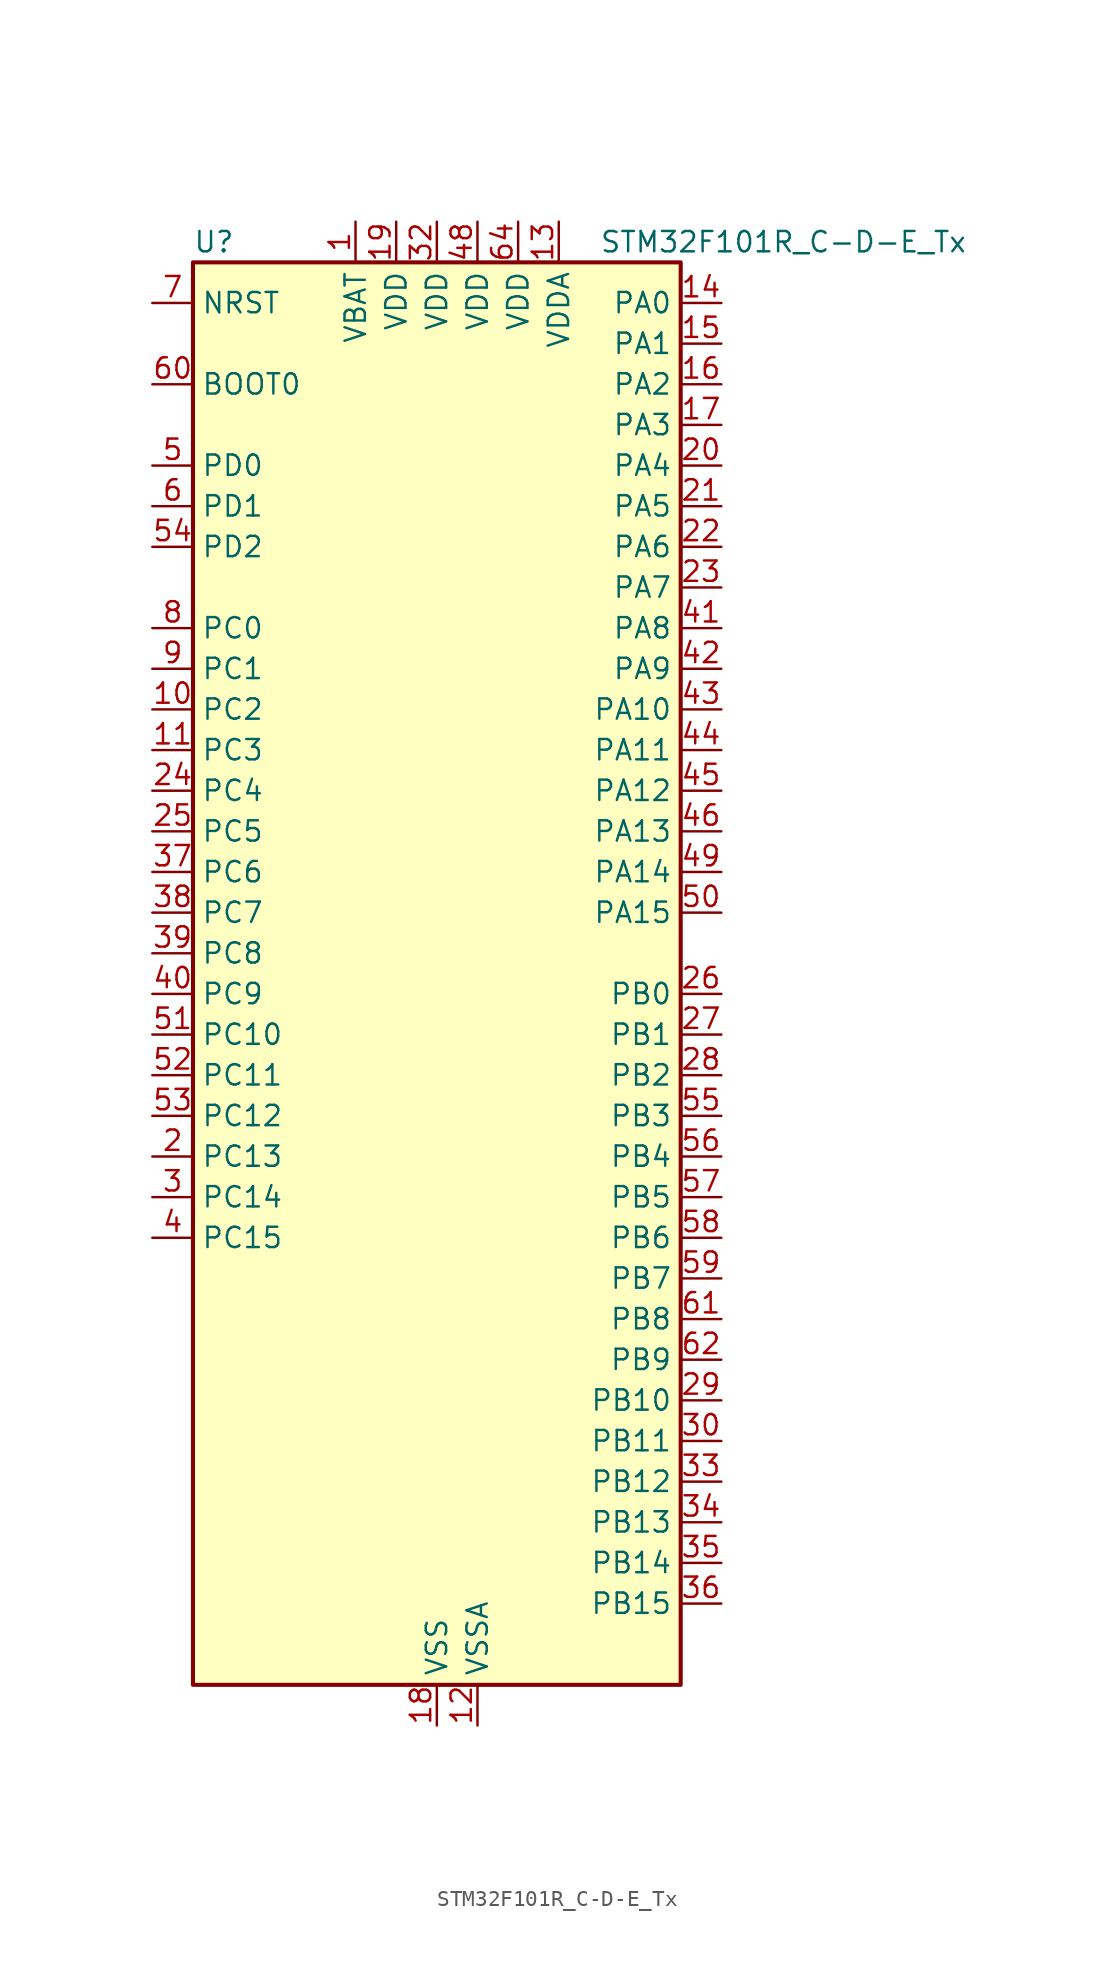
<source format=kicad_sym>
(kicad_symbol_lib
  (version 20231120)
  (generator "kicad_symbol_editor")
  (generator_version "8.0")
  (symbol "STM32F101R_C-D-E_Tx"
    (property "Reference" "U"
      (at -15.24 46.99 0)
      (effects (font (size 1.27 1.27)) (justify left)))
    (property "Value" "STM32F101R_C-D-E_Tx"
      (at 10.16 46.99 0)
      (effects (font (size 1.27 1.27)) (justify left)))
    (property "ki_locked" ""
      (at 0 0 0)
      (effects (font (size 1.27 1.27))))
    (symbol "STM32F101R_C-D-E_Tx_0_1"
      (rectangle (start -15.24 -43.18) (end 15.24 45.72) (stroke (width 0.254) (type default)) (fill (type background))))
    (symbol "STM32F101R_C-D-E_Tx_1_1"
      (pin power_in line (at -5.08 48.26 270) (length 2.54) (name "VBAT" (effects (font (size 1.27 1.27)))) (number "1" (effects (font (size 1.27 1.27)))))
      (pin bidirectional line (at -17.78 17.78 0) (length 2.54) (name "PC2" (effects (font (size 1.27 1.27)))) (number "10" (effects (font (size 1.27 1.27)))) (alternate "ADC1_IN12" bidirectional line))
      (pin bidirectional line (at -17.78 15.24 0) (length 2.54) (name "PC3" (effects (font (size 1.27 1.27)))) (number "11" (effects (font (size 1.27 1.27)))) (alternate "ADC1_IN13" bidirectional line))
      (pin power_in line (at 2.54 -45.72 90) (length 2.54) (name "VSSA" (effects (font (size 1.27 1.27)))) (number "12" (effects (font (size 1.27 1.27)))))
      (pin power_in line (at 7.62 48.26 270) (length 2.54) (name "VDDA" (effects (font (size 1.27 1.27)))) (number "13" (effects (font (size 1.27 1.27)))))
      (pin bidirectional line (at 17.78 43.18 180) (length 2.54) (name "PA0" (effects (font (size 1.27 1.27)))) (number "14" (effects (font (size 1.27 1.27)))) (alternate "ADC1_IN0" bidirectional line) (alternate "SYS_WKUP" bidirectional line) (alternate "TIM2_CH1" bidirectional line) (alternate "TIM2_ETR" bidirectional line) (alternate "TIM5_CH1" bidirectional line) (alternate "USART2_CTS" bidirectional line))
      (pin bidirectional line (at 17.78 40.64 180) (length 2.54) (name "PA1" (effects (font (size 1.27 1.27)))) (number "15" (effects (font (size 1.27 1.27)))) (alternate "ADC1_IN1" bidirectional line) (alternate "TIM2_CH2" bidirectional line) (alternate "TIM5_CH2" bidirectional line) (alternate "USART2_RTS" bidirectional line))
      (pin bidirectional line (at 17.78 38.1 180) (length 2.54) (name "PA2" (effects (font (size 1.27 1.27)))) (number "16" (effects (font (size 1.27 1.27)))) (alternate "ADC1_IN2" bidirectional line) (alternate "TIM2_CH3" bidirectional line) (alternate "TIM5_CH3" bidirectional line) (alternate "USART2_TX" bidirectional line))
      (pin bidirectional line (at 17.78 35.56 180) (length 2.54) (name "PA3" (effects (font (size 1.27 1.27)))) (number "17" (effects (font (size 1.27 1.27)))) (alternate "ADC1_IN3" bidirectional line) (alternate "TIM2_CH4" bidirectional line) (alternate "TIM5_CH4" bidirectional line) (alternate "USART2_RX" bidirectional line))
      (pin power_in line (at 0 -45.72 90) (length 2.54) (name "VSS" (effects (font (size 1.27 1.27)))) (number "18" (effects (font (size 1.27 1.27)))))
      (pin power_in line (at -2.54 48.26 270) (length 2.54) (name "VDD" (effects (font (size 1.27 1.27)))) (number "19" (effects (font (size 1.27 1.27)))))
      (pin bidirectional line (at -17.78 -10.16 0) (length 2.54) (name "PC13" (effects (font (size 1.27 1.27)))) (number "2" (effects (font (size 1.27 1.27)))) (alternate "RTC_OUT" bidirectional line) (alternate "RTC_TAMPER" bidirectional line))
      (pin bidirectional line (at 17.78 33.02 180) (length 2.54) (name "PA4" (effects (font (size 1.27 1.27)))) (number "20" (effects (font (size 1.27 1.27)))) (alternate "ADC1_IN4" bidirectional line) (alternate "DAC_OUT1" bidirectional line) (alternate "SPI1_NSS" bidirectional line) (alternate "USART2_CK" bidirectional line))
      (pin bidirectional line (at 17.78 30.48 180) (length 2.54) (name "PA5" (effects (font (size 1.27 1.27)))) (number "21" (effects (font (size 1.27 1.27)))) (alternate "ADC1_IN5" bidirectional line) (alternate "DAC_OUT2" bidirectional line) (alternate "SPI1_SCK" bidirectional line))
      (pin bidirectional line (at 17.78 27.94 180) (length 2.54) (name "PA6" (effects (font (size 1.27 1.27)))) (number "22" (effects (font (size 1.27 1.27)))) (alternate "ADC1_IN6" bidirectional line) (alternate "SPI1_MISO" bidirectional line) (alternate "TIM3_CH1" bidirectional line))
      (pin bidirectional line (at 17.78 25.4 180) (length 2.54) (name "PA7" (effects (font (size 1.27 1.27)))) (number "23" (effects (font (size 1.27 1.27)))) (alternate "ADC1_IN7" bidirectional line) (alternate "SPI1_MOSI" bidirectional line) (alternate "TIM3_CH2" bidirectional line))
      (pin bidirectional line (at -17.78 12.7 0) (length 2.54) (name "PC4" (effects (font (size 1.27 1.27)))) (number "24" (effects (font (size 1.27 1.27)))) (alternate "ADC1_IN14" bidirectional line))
      (pin bidirectional line (at -17.78 10.16 0) (length 2.54) (name "PC5" (effects (font (size 1.27 1.27)))) (number "25" (effects (font (size 1.27 1.27)))) (alternate "ADC1_IN15" bidirectional line))
      (pin bidirectional line (at 17.78 0 180) (length 2.54) (name "PB0" (effects (font (size 1.27 1.27)))) (number "26" (effects (font (size 1.27 1.27)))) (alternate "ADC1_IN8" bidirectional line) (alternate "TIM3_CH3" bidirectional line))
      (pin bidirectional line (at 17.78 -2.54 180) (length 2.54) (name "PB1" (effects (font (size 1.27 1.27)))) (number "27" (effects (font (size 1.27 1.27)))) (alternate "ADC1_IN9" bidirectional line) (alternate "TIM3_CH4" bidirectional line))
      (pin bidirectional line (at 17.78 -5.08 180) (length 2.54) (name "PB2" (effects (font (size 1.27 1.27)))) (number "28" (effects (font (size 1.27 1.27)))))
      (pin bidirectional line (at 17.78 -25.4 180) (length 2.54) (name "PB10" (effects (font (size 1.27 1.27)))) (number "29" (effects (font (size 1.27 1.27)))) (alternate "I2C2_SCL" bidirectional line) (alternate "TIM2_CH3" bidirectional line) (alternate "USART3_TX" bidirectional line))
      (pin bidirectional line (at -17.78 -12.7 0) (length 2.54) (name "PC14" (effects (font (size 1.27 1.27)))) (number "3" (effects (font (size 1.27 1.27)))) (alternate "RCC_OSC32_IN" bidirectional line))
      (pin bidirectional line (at 17.78 -27.94 180) (length 2.54) (name "PB11" (effects (font (size 1.27 1.27)))) (number "30" (effects (font (size 1.27 1.27)))) (alternate "ADC1_EXTI11" bidirectional line) (alternate "I2C2_SDA" bidirectional line) (alternate "TIM2_CH4" bidirectional line) (alternate "USART3_RX" bidirectional line))
      (pin passive line (at 0 -45.72 90) (length 2.54) hide (name "VSS" (effects (font (size 1.27 1.27)))) (number "31" (effects (font (size 1.27 1.27)))))
      (pin power_in line (at 0 48.26 270) (length 2.54) (name "VDD" (effects (font (size 1.27 1.27)))) (number "32" (effects (font (size 1.27 1.27)))))
      (pin bidirectional line (at 17.78 -30.48 180) (length 2.54) (name "PB12" (effects (font (size 1.27 1.27)))) (number "33" (effects (font (size 1.27 1.27)))) (alternate "I2C2_SMBA" bidirectional line) (alternate "SPI2_NSS" bidirectional line) (alternate "USART3_CK" bidirectional line))
      (pin bidirectional line (at 17.78 -33.02 180) (length 2.54) (name "PB13" (effects (font (size 1.27 1.27)))) (number "34" (effects (font (size 1.27 1.27)))) (alternate "SPI2_SCK" bidirectional line) (alternate "USART3_CTS" bidirectional line))
      (pin bidirectional line (at 17.78 -35.56 180) (length 2.54) (name "PB14" (effects (font (size 1.27 1.27)))) (number "35" (effects (font (size 1.27 1.27)))) (alternate "SPI2_MISO" bidirectional line) (alternate "USART3_RTS" bidirectional line))
      (pin bidirectional line (at 17.78 -38.1 180) (length 2.54) (name "PB15" (effects (font (size 1.27 1.27)))) (number "36" (effects (font (size 1.27 1.27)))) (alternate "ADC1_EXTI15" bidirectional line) (alternate "SPI2_MOSI" bidirectional line))
      (pin bidirectional line (at -17.78 7.62 0) (length 2.54) (name "PC6" (effects (font (size 1.27 1.27)))) (number "37" (effects (font (size 1.27 1.27)))) (alternate "TIM3_CH1" bidirectional line))
      (pin bidirectional line (at -17.78 5.08 0) (length 2.54) (name "PC7" (effects (font (size 1.27 1.27)))) (number "38" (effects (font (size 1.27 1.27)))) (alternate "TIM3_CH2" bidirectional line))
      (pin bidirectional line (at -17.78 2.54 0) (length 2.54) (name "PC8" (effects (font (size 1.27 1.27)))) (number "39" (effects (font (size 1.27 1.27)))) (alternate "TIM3_CH3" bidirectional line))
      (pin bidirectional line (at -17.78 -15.24 0) (length 2.54) (name "PC15" (effects (font (size 1.27 1.27)))) (number "4" (effects (font (size 1.27 1.27)))) (alternate "ADC1_EXTI15" bidirectional line) (alternate "RCC_OSC32_OUT" bidirectional line))
      (pin bidirectional line (at -17.78 0 0) (length 2.54) (name "PC9" (effects (font (size 1.27 1.27)))) (number "40" (effects (font (size 1.27 1.27)))) (alternate "DAC_EXTI9" bidirectional line) (alternate "TIM3_CH4" bidirectional line))
      (pin bidirectional line (at 17.78 22.86 180) (length 2.54) (name "PA8" (effects (font (size 1.27 1.27)))) (number "41" (effects (font (size 1.27 1.27)))) (alternate "RCC_MCO" bidirectional line) (alternate "USART1_CK" bidirectional line))
      (pin bidirectional line (at 17.78 20.32 180) (length 2.54) (name "PA9" (effects (font (size 1.27 1.27)))) (number "42" (effects (font (size 1.27 1.27)))) (alternate "DAC_EXTI9" bidirectional line) (alternate "USART1_TX" bidirectional line))
      (pin bidirectional line (at 17.78 17.78 180) (length 2.54) (name "PA10" (effects (font (size 1.27 1.27)))) (number "43" (effects (font (size 1.27 1.27)))) (alternate "USART1_RX" bidirectional line))
      (pin bidirectional line (at 17.78 15.24 180) (length 2.54) (name "PA11" (effects (font (size 1.27 1.27)))) (number "44" (effects (font (size 1.27 1.27)))) (alternate "ADC1_EXTI11" bidirectional line) (alternate "USART1_CTS" bidirectional line))
      (pin bidirectional line (at 17.78 12.7 180) (length 2.54) (name "PA12" (effects (font (size 1.27 1.27)))) (number "45" (effects (font (size 1.27 1.27)))) (alternate "USART1_RTS" bidirectional line))
      (pin bidirectional line (at 17.78 10.16 180) (length 2.54) (name "PA13" (effects (font (size 1.27 1.27)))) (number "46" (effects (font (size 1.27 1.27)))) (alternate "SYS_JTMS-SWDIO" bidirectional line))
      (pin passive line (at 0 -45.72 90) (length 2.54) hide (name "VSS" (effects (font (size 1.27 1.27)))) (number "47" (effects (font (size 1.27 1.27)))))
      (pin power_in line (at 2.54 48.26 270) (length 2.54) (name "VDD" (effects (font (size 1.27 1.27)))) (number "48" (effects (font (size 1.27 1.27)))))
      (pin bidirectional line (at 17.78 7.62 180) (length 2.54) (name "PA14" (effects (font (size 1.27 1.27)))) (number "49" (effects (font (size 1.27 1.27)))) (alternate "SYS_JTCK-SWCLK" bidirectional line))
      (pin bidirectional line (at -17.78 33.02 0) (length 2.54) (name "PD0" (effects (font (size 1.27 1.27)))) (number "5" (effects (font (size 1.27 1.27)))) (alternate "RCC_OSC_IN" bidirectional line))
      (pin bidirectional line (at 17.78 5.08 180) (length 2.54) (name "PA15" (effects (font (size 1.27 1.27)))) (number "50" (effects (font (size 1.27 1.27)))) (alternate "ADC1_EXTI15" bidirectional line) (alternate "SPI1_NSS" bidirectional line) (alternate "SPI3_NSS" bidirectional line) (alternate "SYS_JTDI" bidirectional line) (alternate "TIM2_CH1" bidirectional line) (alternate "TIM2_ETR" bidirectional line))
      (pin bidirectional line (at -17.78 -2.54 0) (length 2.54) (name "PC10" (effects (font (size 1.27 1.27)))) (number "51" (effects (font (size 1.27 1.27)))) (alternate "UART4_TX" bidirectional line) (alternate "USART3_TX" bidirectional line))
      (pin bidirectional line (at -17.78 -5.08 0) (length 2.54) (name "PC11" (effects (font (size 1.27 1.27)))) (number "52" (effects (font (size 1.27 1.27)))) (alternate "ADC1_EXTI11" bidirectional line) (alternate "UART4_RX" bidirectional line) (alternate "USART3_RX" bidirectional line))
      (pin bidirectional line (at -17.78 -7.62 0) (length 2.54) (name "PC12" (effects (font (size 1.27 1.27)))) (number "53" (effects (font (size 1.27 1.27)))) (alternate "UART5_TX" bidirectional line) (alternate "USART3_CK" bidirectional line))
      (pin bidirectional line (at -17.78 27.94 0) (length 2.54) (name "PD2" (effects (font (size 1.27 1.27)))) (number "54" (effects (font (size 1.27 1.27)))) (alternate "TIM3_ETR" bidirectional line) (alternate "UART5_RX" bidirectional line))
      (pin bidirectional line (at 17.78 -7.62 180) (length 2.54) (name "PB3" (effects (font (size 1.27 1.27)))) (number "55" (effects (font (size 1.27 1.27)))) (alternate "SPI1_SCK" bidirectional line) (alternate "SPI3_SCK" bidirectional line) (alternate "SYS_JTDO-TRACESWO" bidirectional line) (alternate "TIM2_CH2" bidirectional line))
      (pin bidirectional line (at 17.78 -10.16 180) (length 2.54) (name "PB4" (effects (font (size 1.27 1.27)))) (number "56" (effects (font (size 1.27 1.27)))) (alternate "SPI1_MISO" bidirectional line) (alternate "SPI3_MISO" bidirectional line) (alternate "SYS_NJTRST" bidirectional line) (alternate "TIM3_CH1" bidirectional line))
      (pin bidirectional line (at 17.78 -12.7 180) (length 2.54) (name "PB5" (effects (font (size 1.27 1.27)))) (number "57" (effects (font (size 1.27 1.27)))) (alternate "I2C1_SMBA" bidirectional line) (alternate "SPI1_MOSI" bidirectional line) (alternate "SPI3_MOSI" bidirectional line) (alternate "TIM3_CH2" bidirectional line))
      (pin bidirectional line (at 17.78 -15.24 180) (length 2.54) (name "PB6" (effects (font (size 1.27 1.27)))) (number "58" (effects (font (size 1.27 1.27)))) (alternate "I2C1_SCL" bidirectional line) (alternate "TIM4_CH1" bidirectional line) (alternate "USART1_TX" bidirectional line))
      (pin bidirectional line (at 17.78 -17.78 180) (length 2.54) (name "PB7" (effects (font (size 1.27 1.27)))) (number "59" (effects (font (size 1.27 1.27)))) (alternate "I2C1_SDA" bidirectional line) (alternate "TIM4_CH2" bidirectional line) (alternate "USART1_RX" bidirectional line))
      (pin bidirectional line (at -17.78 30.48 0) (length 2.54) (name "PD1" (effects (font (size 1.27 1.27)))) (number "6" (effects (font (size 1.27 1.27)))) (alternate "RCC_OSC_OUT" bidirectional line))
      (pin input line (at -17.78 38.1 0) (length 2.54) (name "BOOT0" (effects (font (size 1.27 1.27)))) (number "60" (effects (font (size 1.27 1.27)))))
      (pin bidirectional line (at 17.78 -20.32 180) (length 2.54) (name "PB8" (effects (font (size 1.27 1.27)))) (number "61" (effects (font (size 1.27 1.27)))) (alternate "I2C1_SCL" bidirectional line) (alternate "TIM4_CH3" bidirectional line))
      (pin bidirectional line (at 17.78 -22.86 180) (length 2.54) (name "PB9" (effects (font (size 1.27 1.27)))) (number "62" (effects (font (size 1.27 1.27)))) (alternate "DAC_EXTI9" bidirectional line) (alternate "I2C1_SDA" bidirectional line) (alternate "TIM4_CH4" bidirectional line))
      (pin passive line (at 0 -45.72 90) (length 2.54) hide (name "VSS" (effects (font (size 1.27 1.27)))) (number "63" (effects (font (size 1.27 1.27)))))
      (pin power_in line (at 5.08 48.26 270) (length 2.54) (name "VDD" (effects (font (size 1.27 1.27)))) (number "64" (effects (font (size 1.27 1.27)))))
      (pin input line (at -17.78 43.18 0) (length 2.54) (name "NRST" (effects (font (size 1.27 1.27)))) (number "7" (effects (font (size 1.27 1.27)))))
      (pin bidirectional line (at -17.78 22.86 0) (length 2.54) (name "PC0" (effects (font (size 1.27 1.27)))) (number "8" (effects (font (size 1.27 1.27)))) (alternate "ADC1_IN10" bidirectional line))
      (pin bidirectional line (at -17.78 20.32 0) (length 2.54) (name "PC1" (effects (font (size 1.27 1.27)))) (number "9" (effects (font (size 1.27 1.27)))) (alternate "ADC1_IN11" bidirectional line)))))
</source>
